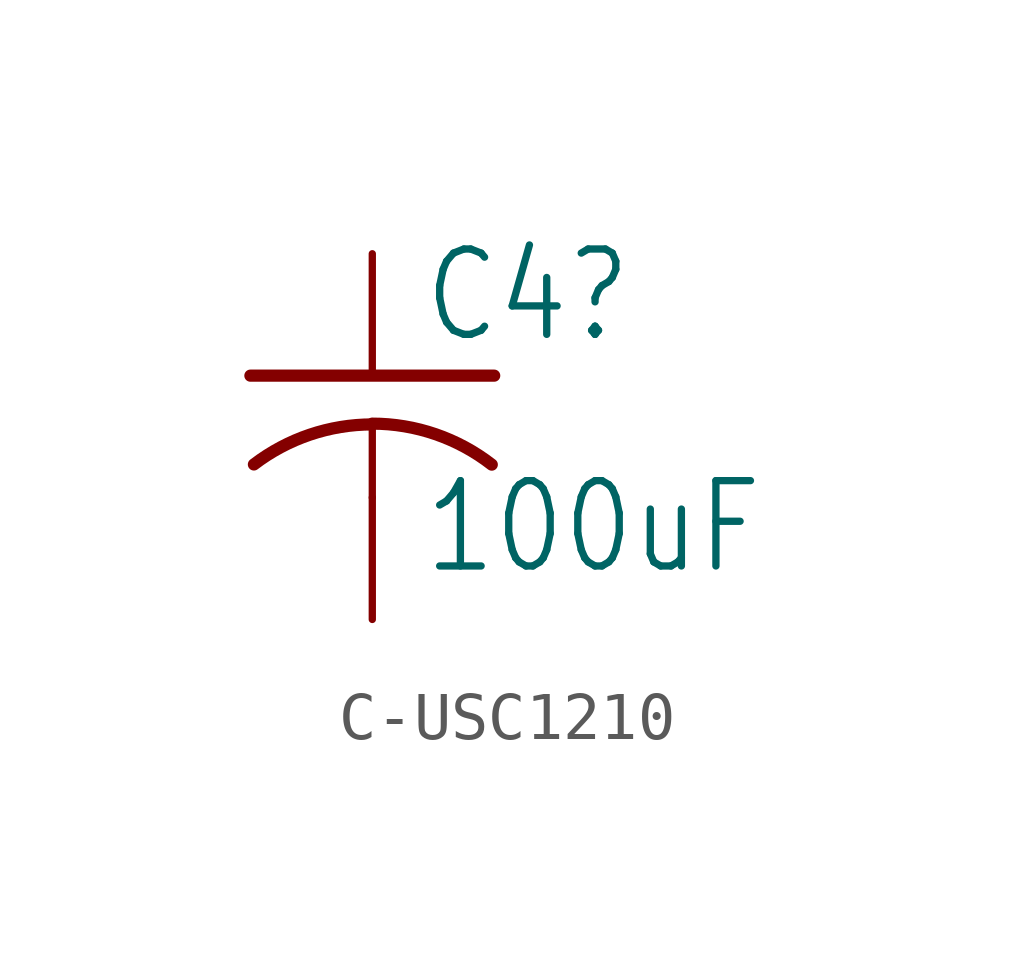
<source format=kicad_sym>
(kicad_symbol_lib
  (version 20220914)
  (generator kicad_symbol_editor)
  (symbol "C-USC1210"
    (property "Reference" "C4"
      (at 1.016 0.635 0)
      (effects (font (size 1.778 1.511)) (justify left bottom)))
    (property "Value" "100uF"
      (at 1.016 -4.191 0)
      (effects (font (size 1.778 1.511)) (justify left bottom)))
    (property "ki_locked" ""
      (at 0 0 0)
      (effects (font (size 1.27 1.27))))
    (symbol "C-USC1210_1_0"
      (arc (start 0 -1.0161) (mid -1.302 -1.2303) (end -2.4668 -1.8504) (stroke (width 0.254) (type solid)) (fill (type none)))
      (polyline (pts (xy -2.54 0) (xy 2.54 0)) (stroke (width 0.254) (type solid)) (fill (type none)))
      (polyline (pts (xy 0 -1.016) (xy 0 -2.54)) (stroke (width 0.152) (type solid)) (fill (type none)))
      (arc (start 2.4892 -1.8541) (mid 1.3158 -1.2194) (end 0 -1) (stroke (width 0.254) (type solid)) (fill (type none)))
      (pin passive line (at 0 2.54 270) (length 2.54) (name "1" (effects (font (size 0 0)))) (number "1" (effects (font (size 0 0)))))
      (pin passive line (at 0 -5.08 90) (length 2.54) (name "2" (effects (font (size 0 0)))) (number "2" (effects (font (size 0 0))))))))
</source>
